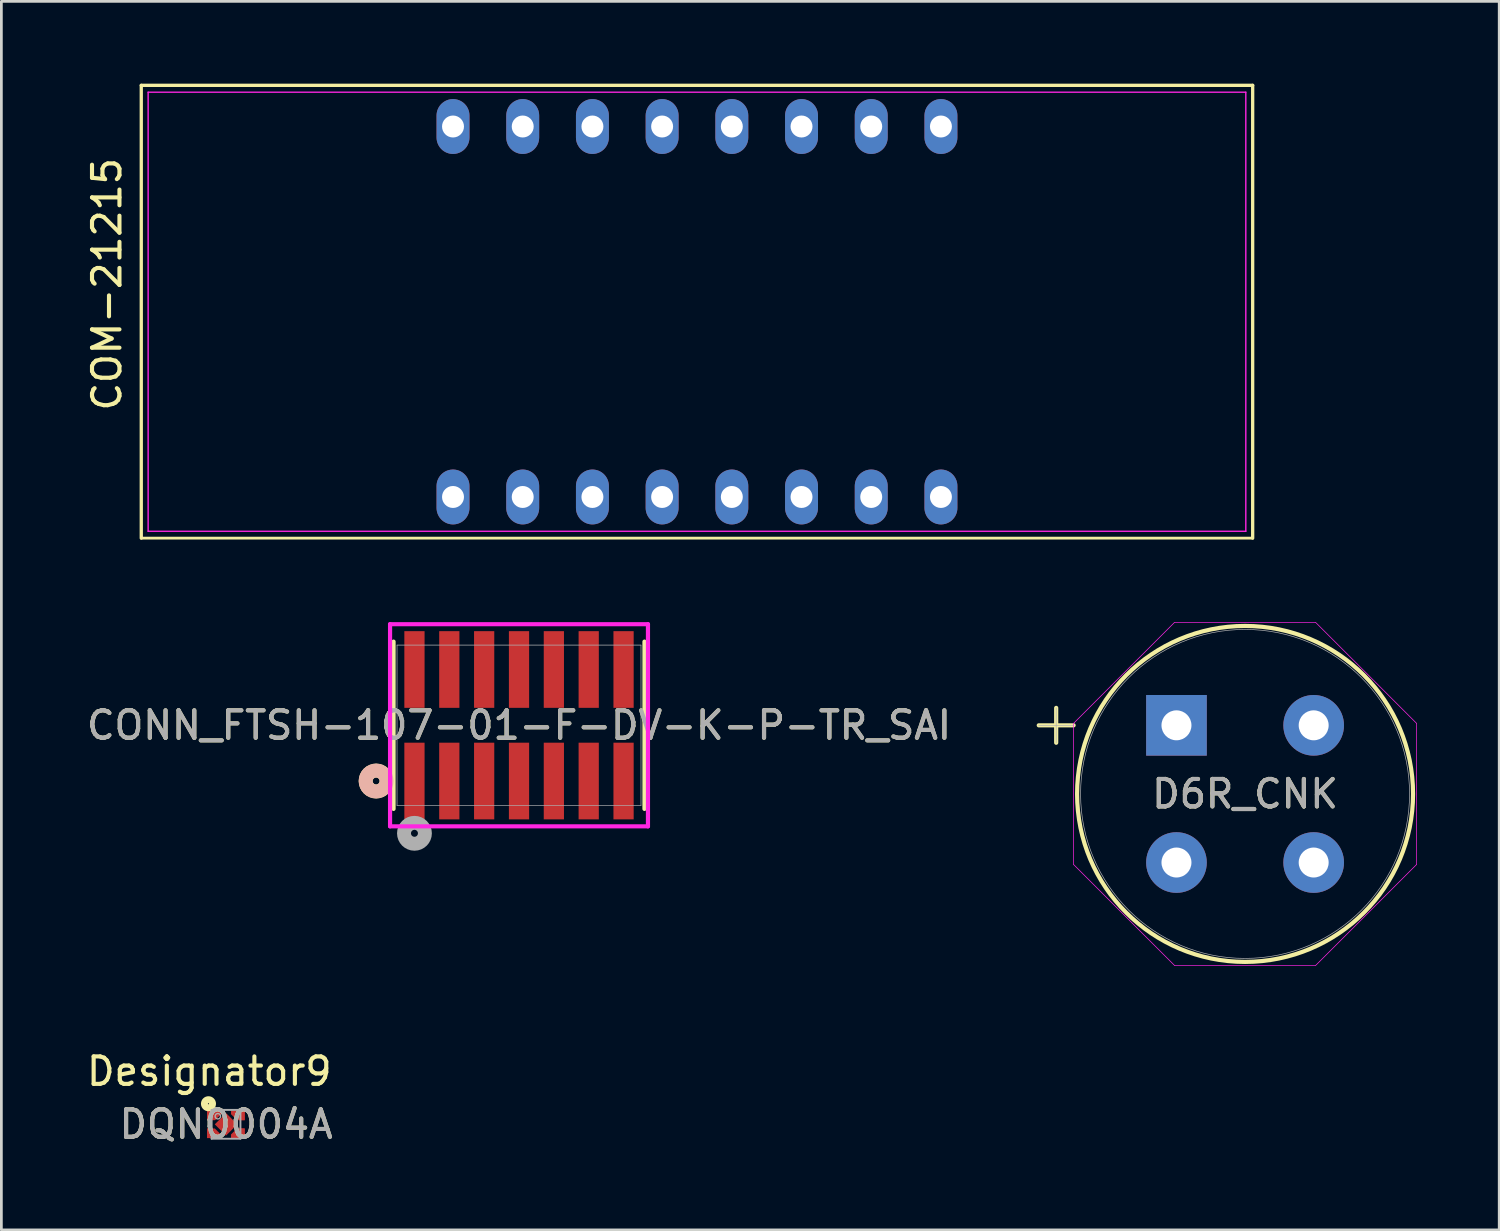
<source format=kicad_pcb>
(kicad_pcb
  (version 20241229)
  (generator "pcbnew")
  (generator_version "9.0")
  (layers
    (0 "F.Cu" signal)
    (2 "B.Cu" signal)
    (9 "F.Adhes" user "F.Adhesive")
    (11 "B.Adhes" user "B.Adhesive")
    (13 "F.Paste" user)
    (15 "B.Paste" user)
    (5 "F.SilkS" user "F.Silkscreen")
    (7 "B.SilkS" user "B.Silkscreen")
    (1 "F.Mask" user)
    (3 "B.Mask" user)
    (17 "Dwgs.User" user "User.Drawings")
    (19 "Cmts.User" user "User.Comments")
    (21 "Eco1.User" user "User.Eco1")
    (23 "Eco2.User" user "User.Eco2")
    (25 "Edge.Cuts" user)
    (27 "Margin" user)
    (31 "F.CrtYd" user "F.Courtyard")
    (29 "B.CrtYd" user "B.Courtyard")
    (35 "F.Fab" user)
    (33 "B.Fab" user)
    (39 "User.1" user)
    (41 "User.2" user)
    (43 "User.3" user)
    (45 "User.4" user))
  (footprint "D6R_CNK"
    (layer "F.Cu")
    (at 39.821 23.381)
    (property "Reference" "D6R_CNK" (at 2.5 2.5 0) (unlocked yes) (layer "F.SilkS") (effects (font (size 1 1) (thickness 0.15))))
    (attr through_hole)
    (fp_line (start -5.018 0) (end -3.748 0) (stroke (width 0.152) (type solid)) (layer "F.SilkS"))
    (fp_line (start -4.383 -0.635) (end -4.383 0.635) (stroke (width 0.152) (type solid)) (layer "F.SilkS"))
    (fp_circle (center 2.5 2.5) (end 8.621 2.5) (stroke (width 0.152) (type solid)) (fill no) (layer "F.SilkS"))
    (fp_line (start -3.748 -0.073) (end -0.073 -3.748) (stroke (width 0.025) (type solid)) (layer "F.CrtYd"))
    (fp_line (start -3.748 5.073) (end -3.748 -0.073) (stroke (width 0.025) (type solid)) (layer "F.CrtYd"))
    (fp_line (start -0.073 -3.748) (end 5.073 -3.748) (stroke (width 0.025) (type solid)) (layer "F.CrtYd"))
    (fp_line (start -0.073 8.748) (end -3.748 5.073) (stroke (width 0.025) (type solid)) (layer "F.CrtYd"))
    (fp_line (start 5.073 -3.748) (end 8.748 -0.073) (stroke (width 0.025) (type solid)) (layer "F.CrtYd"))
    (fp_line (start 5.073 8.748) (end -0.073 8.748) (stroke (width 0.025) (type solid)) (layer "F.CrtYd"))
    (fp_line (start 8.748 -0.073) (end 8.748 5.073) (stroke (width 0.025) (type solid)) (layer "F.CrtYd"))
    (fp_line (start 8.748 5.073) (end 5.073 8.748) (stroke (width 0.025) (type solid)) (layer "F.CrtYd"))
    (fp_line (start -5.018 0) (end -3.748 0) (stroke (width 0.025) (type solid)) (layer "F.Fab"))
    (fp_line (start -4.383 -0.635) (end -4.383 0.635) (stroke (width 0.025) (type solid)) (layer "F.Fab"))
    (fp_circle (center 2.5 2.5) (end 8.494 2.5) (stroke (width 0.025) (type solid)) (fill no) (layer "F.Fab"))
    (fp_text user "${REFERENCE}" (at 2.5 2.5 0) (unlocked yes) (layer "F.Fab") (effects (font (size 1 1) (thickness 0.15))))
    (pad "1" thru_hole rect (at 0 0) (size 2.21 2.21) (drill 1.092) (layers "*.Cu" "*.Mask"))
    (pad "2" thru_hole circle (at 0 5) (size 2.21 2.21) (drill 1.092) (layers "*.Cu" "*.Mask"))
    (pad "3" thru_hole circle (at 5 5) (size 2.21 2.21) (drill 1.092) (layers "*.Cu" "*.Mask"))
    (pad "4" thru_hole circle (at 5 0) (size 2.21 2.21) (drill 1.092) (layers "*.Cu" "*.Mask")))
  (footprint "COM-21215"
    (layer "F.Cu")
    (at 22.348 8.31)
    (property "Reference" "COM-21215" (at -21.5 -1 90) (layer "F.SilkS") (effects (font (size 1 1) (thickness 0.15))))
    (attr through_hole)
    (fp_line (start -20.25 -8.25) (end -20.25 8.25) (stroke (width 0.12) (type default)) (layer "F.SilkS"))
    (fp_line (start 20.25 -8.25) (end -20.25 -8.25) (stroke (width 0.12) (type default)) (layer "F.SilkS"))
    (fp_line (start 20.25 8.25) (end -20.25 8.25) (stroke (width 0.1) (type default)) (layer "F.SilkS"))
    (fp_line (start 20.25 8.25) (end 20.25 -8.25) (stroke (width 0.12) (type default)) (layer "F.SilkS"))
    (fp_line (start -20 -8) (end 20 -8) (stroke (width 0.05) (type default)) (layer "F.CrtYd"))
    (fp_line (start -20 8) (end -20 -8) (stroke (width 0.05) (type default)) (layer "F.CrtYd"))
    (fp_line (start 20 -8) (end 20 8) (stroke (width 0.05) (type default)) (layer "F.CrtYd"))
    (fp_line (start 20 8) (end -20 8) (stroke (width 0.05) (type default)) (layer "F.CrtYd"))
    (pad "1" thru_hole oval (at -8.89 6.75) (size 1.2 2) (drill 0.8) (layers "*.Cu" "*.Mask"))
    (pad "2" thru_hole oval (at -6.35 6.75) (size 1.2 2) (drill 0.8) (layers "*.Cu" "*.Mask"))
    (pad "3" thru_hole oval (at -3.81 6.75) (size 1.2 2) (drill 0.8) (layers "*.Cu" "*.Mask"))
    (pad "4" thru_hole oval (at -1.27 6.75) (size 1.2 2) (drill 0.8) (layers "*.Cu" "*.Mask"))
    (pad "5" thru_hole oval (at 1.27 6.75) (size 1.2 2) (drill 0.8) (layers "*.Cu" "*.Mask"))
    (pad "6" thru_hole oval (at 3.81 6.75) (size 1.2 2) (drill 0.8) (layers "*.Cu" "*.Mask"))
    (pad "7" thru_hole oval (at 6.35 6.75) (size 1.2 2) (drill 0.8) (layers "*.Cu" "*.Mask"))
    (pad "8" thru_hole oval (at 8.89 6.75) (size 1.2 2) (drill 0.8) (layers "*.Cu" "*.Mask"))
    (pad "9" thru_hole oval (at 8.89 -6.75) (size 1.2 2) (drill 0.8) (layers "*.Cu" "*.Mask"))
    (pad "10" thru_hole oval (at 6.35 -6.75) (size 1.2 2) (drill 0.8) (layers "*.Cu" "*.Mask"))
    (pad "11" thru_hole oval (at 3.81 -6.75) (size 1.2 2) (drill 0.8) (layers "*.Cu" "*.Mask"))
    (pad "12" thru_hole oval (at 1.27 -6.75) (size 1.2 2) (drill 0.8) (layers "*.Cu" "*.Mask"))
    (pad "13" thru_hole oval (at -1.27 -6.75) (size 1.2 2) (drill 0.8) (layers "*.Cu" "*.Mask"))
    (pad "14" thru_hole oval (at -3.81 -6.75) (size 1.2 2) (drill 0.8) (layers "*.Cu" "*.Mask"))
    (pad "15" thru_hole oval (at -6.35 -6.75) (size 1.2 2) (drill 0.8) (layers "*.Cu" "*.Mask"))
    (pad "16" thru_hole oval (at -8.89 -6.75) (size 1.2 2) (drill 0.8) (layers "*.Cu" "*.Mask")))
  (footprint "CONN_FTSH-107-01-F-DV-K-P-TR_SAI"
    (layer "F.Cu")
    (at 15.863 23.379)
    (property "Reference" "CONN_FTSH-107-01-F-DV-K-P-TR_SAI" (at 0 0 0) (unlocked yes) (layer "F.SilkS") (effects (font (size 1 1) (thickness 0.15))))
    (attr smd)
    (fp_line (start -4.572 -3.048) (end -4.572 3.048) (stroke (width 0.152) (type solid)) (layer "F.SilkS"))
    (fp_line (start 4.572 3.048) (end 4.572 -3.048) (stroke (width 0.152) (type solid)) (layer "F.SilkS"))
    (fp_circle (center -5.207 2.032) (end -4.826 2.032) (stroke (width 0.508) (type solid)) (fill no) (layer "F.SilkS"))
    (fp_circle (center -5.207 2.032) (end -4.826 2.032) (stroke (width 0.508) (type solid)) (fill no) (layer "B.SilkS"))
    (fp_line (start -4.699 -3.683) (end -4.699 3.683) (stroke (width 0.152) (type solid)) (layer "F.CrtYd"))
    (fp_line (start -4.699 3.683) (end 4.699 3.683) (stroke (width 0.152) (type solid)) (layer "F.CrtYd"))
    (fp_line (start 4.699 -3.683) (end -4.699 -3.683) (stroke (width 0.152) (type solid)) (layer "F.CrtYd"))
    (fp_line (start 4.699 3.683) (end 4.699 -3.683) (stroke (width 0.152) (type solid)) (layer "F.CrtYd"))
    (fp_line (start -4.445 -2.921) (end -4.445 2.921) (stroke (width 0.025) (type solid)) (layer "F.Fab"))
    (fp_line (start -4.445 2.921) (end 4.445 2.921) (stroke (width 0.025) (type solid)) (layer "F.Fab"))
    (fp_line (start 4.445 -2.921) (end -4.445 -2.921) (stroke (width 0.025) (type solid)) (layer "F.Fab"))
    (fp_line (start 4.445 2.921) (end 4.445 -2.921) (stroke (width 0.025) (type solid)) (layer "F.Fab"))
    (fp_circle (center -3.81 3.937) (end -3.429 3.937) (stroke (width 0.508) (type solid)) (fill no) (layer "F.Fab"))
    (fp_text user "${REFERENCE}" (at 0 0 0) (unlocked yes) (layer "F.Fab") (effects (font (size 1 1) (thickness 0.15))))
    (pad "1" smd rect (at -3.81 2.032) (size 0.737 2.794) (layers "F.Cu" "F.Mask" "F.Paste"))
    (pad "2" smd rect (at -3.81 -2.032) (size 0.737 2.794) (layers "F.Cu" "F.Mask" "F.Paste"))
    (pad "3" smd rect (at -2.54 2.032) (size 0.737 2.794) (layers "F.Cu" "F.Mask" "F.Paste"))
    (pad "4" smd rect (at -2.54 -2.032) (size 0.737 2.794) (layers "F.Cu" "F.Mask" "F.Paste"))
    (pad "5" smd rect (at -1.27 2.032) (size 0.737 2.794) (layers "F.Cu" "F.Mask" "F.Paste"))
    (pad "6" smd rect (at -1.27 -2.032) (size 0.737 2.794) (layers "F.Cu" "F.Mask" "F.Paste"))
    (pad "7" smd rect (at 0 2.032) (size 0.737 2.794) (layers "F.Cu" "F.Mask" "F.Paste"))
    (pad "8" smd rect (at 0 -2.032) (size 0.737 2.794) (layers "F.Cu" "F.Mask" "F.Paste"))
    (pad "9" smd rect (at 1.27 2.032) (size 0.737 2.794) (layers "F.Cu" "F.Mask" "F.Paste"))
    (pad "10" smd rect (at 1.27 -2.032) (size 0.737 2.794) (layers "F.Cu" "F.Mask" "F.Paste"))
    (pad "11" smd rect (at 2.54 2.032) (size 0.737 2.794) (layers "F.Cu" "F.Mask" "F.Paste"))
    (pad "12" smd rect (at 2.54 -2.032) (size 0.737 2.794) (layers "F.Cu" "F.Mask" "F.Paste"))
    (pad "13" smd rect (at 3.81 2.032) (size 0.737 2.794) (layers "F.Cu" "F.Mask" "F.Paste"))
    (pad "14" smd rect (at 3.81 -2.032) (size 0.737 2.794) (layers "F.Cu" "F.Mask" "F.Paste")))
  (footprint "DQN0004A"
    (layer "F.Cu")
    (at 5.187 37.921)
    (property "Reference" "DQN0004A" (at 0 0 0) (unlocked yes) (layer "F.SilkS") (effects (font (size 1 1) (thickness 0.15))))
    (attr smd)
    (fp_poly (pts (xy -0.69 -0.5) (xy -0.05 -0.5) (xy -0.4 -0.15) (xy -0.69 -0.15)) (stroke (width 0) (type solid)) (fill yes) (layer "F.Cu"))
    (fp_poly (pts (xy -0.41 0.15) (xy -0.69 0.15) (xy -0.69 0.15) (xy -0.69 0.5) (xy -0.19 0.5) (xy -0.19 0.37)) (stroke (width 0) (type solid)) (fill yes) (layer "F.Cu"))
    (fp_poly (pts (xy 0.4 0.15) (xy 0.68 0.15) (xy 0.68 0.15) (xy 0.68 0.5) (xy 0.18 0.5) (xy 0.18 0.37)) (stroke (width 0) (type solid)) (fill yes) (layer "F.Cu"))
    (fp_poly (pts (xy 0.4 -0.15) (xy 0.68 -0.15) (xy 0.68 -0.15) (xy 0.68 -0.5) (xy 0.18 -0.5) (xy 0.18 -0.37)) (stroke (width 0) (type solid)) (fill yes) (layer "F.Cu"))
    (fp_circle (center -0.64 -0.75) (end -0.62 -0.75) (stroke (width 0.254) (type solid)) (fill no) (layer "F.SilkS"))
    (fp_line (start -0.525 -0.525) (end 0.525 -0.525) (stroke (width 0.07) (type solid)) (layer "F.Fab"))
    (fp_line (start -0.525 0.525) (end -0.525 -0.525) (stroke (width 0.07) (type solid)) (layer "F.Fab"))
    (fp_line (start -0.525 0.525) (end 0.525 0.525) (stroke (width 0.07) (type solid)) (layer "F.Fab"))
    (fp_line (start 0.525 0.525) (end 0.525 -0.525) (stroke (width 0.07) (type solid)) (layer "F.Fab"))
    (fp_circle (center -0.299 -0.295) (end -0.2 -0.295) (stroke (width 0.05) (type solid)) (fill no) (layer "F.Fab"))
    (fp_text user "Designator9" (at -0.61 -1.93 0) (unlocked yes) (layer "F.SilkS") (effects (font (size 1 1) (thickness 0.15))))
    (fp_text user "${REFERENCE}" (at 0 0 0) (unlocked yes) (layer "F.Fab") (effects (font (size 1 1) (thickness 0.15))))
    (pad "1" smd rect (at -0.59 -0.325 90) (size 0.35 0.2) (layers "F.Cu" "F.Mask"))
    (pad "2" smd rect (at -0.59 0.325 90) (size 0.35 0.2) (layers "F.Cu" "F.Mask"))
    (pad "3" smd rect (at 0.58 0.325 90) (size 0.35 0.2) (layers "F.Cu" "F.Mask"))
    (pad "4" smd rect (at 0.58 -0.325 90) (size 0.35 0.2) (layers "F.Cu" "F.Mask"))
    (pad "5" smd rect (at 0 0 225) (size 0.58 0.58) (layers "F.Cu" "F.Mask" "F.Paste")))
  (gr_rect
    (start -3 -3)
    (end 51.582 41.769)
    (stroke (width 0.1) (type default))
    (fill no)
    (layer "Edge.Cuts")))
</source>
